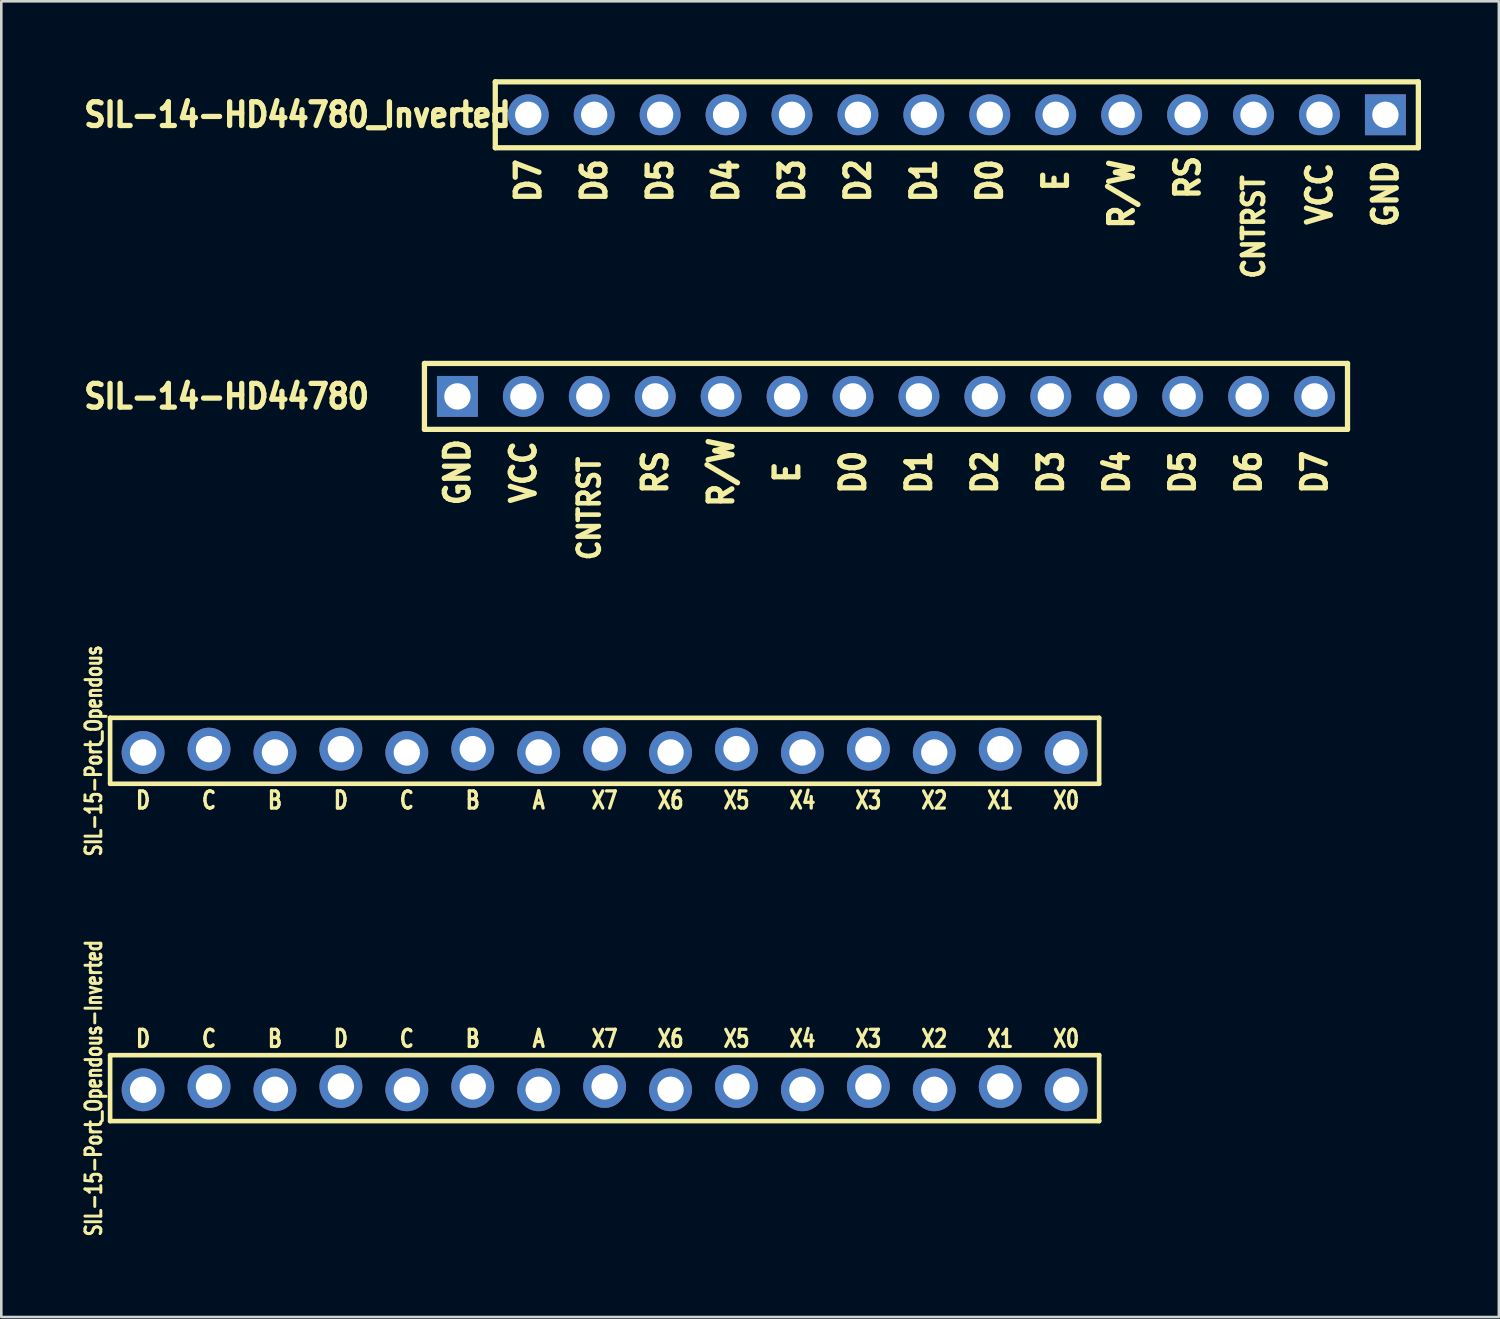
<source format=kicad_pcb>
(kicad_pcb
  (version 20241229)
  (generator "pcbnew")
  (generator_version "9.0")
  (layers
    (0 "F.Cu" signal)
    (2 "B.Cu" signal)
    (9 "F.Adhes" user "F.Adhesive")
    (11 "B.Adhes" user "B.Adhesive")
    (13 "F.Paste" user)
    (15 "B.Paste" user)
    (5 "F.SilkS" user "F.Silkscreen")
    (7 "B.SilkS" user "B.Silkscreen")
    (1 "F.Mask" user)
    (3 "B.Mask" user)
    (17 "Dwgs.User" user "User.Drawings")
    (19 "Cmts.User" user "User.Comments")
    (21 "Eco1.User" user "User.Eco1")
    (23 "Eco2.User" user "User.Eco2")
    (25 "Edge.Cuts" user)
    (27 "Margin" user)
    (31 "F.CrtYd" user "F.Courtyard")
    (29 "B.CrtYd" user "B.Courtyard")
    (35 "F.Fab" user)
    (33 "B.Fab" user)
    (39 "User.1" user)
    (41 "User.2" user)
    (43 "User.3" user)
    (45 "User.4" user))
  (footprint "SIL-15-Port_Opendous-Inverted"
    (layer "F.Cu")
    (at 24.052 38.868)
    (property "Reference" "SIL-15-Port_Opendous-Inverted" (at -23.495 0 90) (layer "F.SilkS") (effects (font (size 0.61 0.457) (thickness 0.178))))
    (attr through_hole)
    (fp_line (start -22.86 -1.27) (end -22.86 1.27) (stroke (width 0.178) (type solid)) (layer "F.SilkS"))
    (fp_line (start -22.86 1.27) (end 15.24 1.27) (stroke (width 0.178) (type solid)) (layer "F.SilkS"))
    (fp_line (start 15.24 -1.27) (end -22.86 -1.27) (stroke (width 0.178) (type solid)) (layer "F.SilkS"))
    (fp_line (start 15.24 1.27) (end 15.24 -1.27) (stroke (width 0.178) (type solid)) (layer "F.SilkS"))
    (fp_text user "X0" (at 13.97 -1.905 0) (layer "F.SilkS") (effects (font (size 0.66 0.508) (thickness 0.178))))
    (fp_text user "D" (at -21.59 -1.905 0) (layer "F.SilkS") (effects (font (size 0.66 0.508) (thickness 0.178))))
    (fp_text user "A" (at -6.35 -1.905 0) (layer "F.SilkS") (effects (font (size 0.66 0.508) (thickness 0.178))))
    (fp_text user "C" (at -19.05 -1.905 0) (layer "F.SilkS") (effects (font (size 0.66 0.508) (thickness 0.178))))
    (fp_text user "X4" (at 3.81 -1.905 0) (layer "F.SilkS") (effects (font (size 0.66 0.508) (thickness 0.178))))
    (fp_text user "X2" (at 8.89 -1.905 0) (layer "F.SilkS") (effects (font (size 0.66 0.508) (thickness 0.178))))
    (fp_text user "C" (at -11.43 -1.905 0) (layer "F.SilkS") (effects (font (size 0.66 0.508) (thickness 0.178))))
    (fp_text user "X5" (at 1.27 -1.905 0) (layer "F.SilkS") (effects (font (size 0.66 0.508) (thickness 0.178))))
    (fp_text user "D" (at -13.97 -1.905 0) (layer "F.SilkS") (effects (font (size 0.66 0.508) (thickness 0.178))))
    (fp_text user "X3" (at 6.35 -1.905 0) (layer "F.SilkS") (effects (font (size 0.66 0.508) (thickness 0.178))))
    (fp_text user "X6" (at -1.27 -1.905 0) (layer "F.SilkS") (effects (font (size 0.66 0.508) (thickness 0.178))))
    (fp_text user "X1" (at 11.43 -1.905 0) (layer "F.SilkS") (effects (font (size 0.66 0.508) (thickness 0.178))))
    (fp_text user "X7" (at -3.81 -1.905 0) (layer "F.SilkS") (effects (font (size 0.66 0.508) (thickness 0.178))))
    (fp_text user "B" (at -16.51 -1.905 0) (layer "F.SilkS") (effects (font (size 0.66 0.508) (thickness 0.178))))
    (fp_text user "B" (at -8.89 -1.905 0) (layer "F.SilkS") (effects (font (size 0.66 0.508) (thickness 0.178))))
    (pad "1" thru_hole circle (at 13.97 0.064) (size 1.651 1.651) (drill 1.016) (layers "*.Cu" "*.Mask"))
    (pad "2" thru_hole circle (at 11.43 -0.064) (size 1.651 1.651) (drill 1.016) (layers "*.Cu" "*.Mask"))
    (pad "3" thru_hole circle (at 8.89 0.064) (size 1.651 1.651) (drill 1.016) (layers "*.Cu" "*.Mask"))
    (pad "4" thru_hole circle (at 6.35 -0.064) (size 1.651 1.651) (drill 1.016) (layers "*.Cu" "*.Mask"))
    (pad "5" thru_hole circle (at 3.81 0.064) (size 1.651 1.651) (drill 1.016) (layers "*.Cu" "*.Mask"))
    (pad "6" thru_hole circle (at 1.27 -0.064) (size 1.651 1.651) (drill 1.016) (layers "*.Cu" "*.Mask"))
    (pad "7" thru_hole circle (at -1.27 0.064) (size 1.651 1.651) (drill 1.016) (layers "*.Cu" "*.Mask"))
    (pad "8" thru_hole circle (at -3.81 -0.064) (size 1.651 1.651) (drill 1.016) (layers "*.Cu" "*.Mask"))
    (pad "9" thru_hole circle (at -6.35 0.064) (size 1.651 1.651) (drill 1.016) (layers "*.Cu" "*.Mask"))
    (pad "10" thru_hole circle (at -8.89 -0.064) (size 1.651 1.651) (drill 1.016) (layers "*.Cu" "*.Mask"))
    (pad "11" thru_hole circle (at -11.43 0.064) (size 1.651 1.651) (drill 1.016) (layers "*.Cu" "*.Mask"))
    (pad "12" thru_hole circle (at -13.97 -0.064) (size 1.651 1.651) (drill 1.016) (layers "*.Cu" "*.Mask"))
    (pad "13" thru_hole circle (at -16.51 0.064) (size 1.651 1.651) (drill 1.016) (layers "*.Cu" "*.Mask"))
    (pad "14" thru_hole circle (at -19.05 -0.064) (size 1.651 1.651) (drill 1.016) (layers "*.Cu" "*.Mask"))
    (pad "15" thru_hole circle (at -21.59 0.064) (size 1.651 1.651) (drill 1.016) (layers "*.Cu" "*.Mask")))
  (footprint "SIL-15-Port_Opendous"
    (layer "F.Cu")
    (at 24.052 25.874)
    (property "Reference" "SIL-15-Port_Opendous" (at -23.495 0 90) (layer "F.SilkS") (effects (font (size 0.61 0.457) (thickness 0.178))))
    (attr through_hole)
    (fp_line (start -22.86 -1.27) (end -22.86 1.27) (stroke (width 0.178) (type solid)) (layer "F.SilkS"))
    (fp_line (start -22.86 1.27) (end 15.24 1.27) (stroke (width 0.178) (type solid)) (layer "F.SilkS"))
    (fp_line (start 15.24 -1.27) (end -22.86 -1.27) (stroke (width 0.178) (type solid)) (layer "F.SilkS"))
    (fp_line (start 15.24 1.27) (end 15.24 -1.27) (stroke (width 0.178) (type solid)) (layer "F.SilkS"))
    (fp_text user "C" (at -19.05 1.905 0) (layer "F.SilkS") (effects (font (size 0.66 0.508) (thickness 0.178))))
    (fp_text user "C" (at -11.43 1.905 0) (layer "F.SilkS") (effects (font (size 0.66 0.508) (thickness 0.178))))
    (fp_text user "X0" (at 13.97 1.905 0) (layer "F.SilkS") (effects (font (size 0.66 0.508) (thickness 0.178))))
    (fp_text user "B" (at -16.51 1.905 0) (layer "F.SilkS") (effects (font (size 0.66 0.508) (thickness 0.178))))
    (fp_text user "X6" (at -1.27 1.905 0) (layer "F.SilkS") (effects (font (size 0.66 0.508) (thickness 0.178))))
    (fp_text user "X4" (at 3.81 1.905 0) (layer "F.SilkS") (effects (font (size 0.66 0.508) (thickness 0.178))))
    (fp_text user "X3" (at 6.35 1.905 0) (layer "F.SilkS") (effects (font (size 0.66 0.508) (thickness 0.178))))
    (fp_text user "X7" (at -3.81 1.905 0) (layer "F.SilkS") (effects (font (size 0.66 0.508) (thickness 0.178))))
    (fp_text user "D" (at -13.97 1.905 0) (layer "F.SilkS") (effects (font (size 0.66 0.508) (thickness 0.178))))
    (fp_text user "X2" (at 8.89 1.905 0) (layer "F.SilkS") (effects (font (size 0.66 0.508) (thickness 0.178))))
    (fp_text user "X5" (at 1.27 1.905 0) (layer "F.SilkS") (effects (font (size 0.66 0.508) (thickness 0.178))))
    (fp_text user "X1" (at 11.43 1.905 0) (layer "F.SilkS") (effects (font (size 0.66 0.508) (thickness 0.178))))
    (fp_text user "A" (at -6.35 1.905 0) (layer "F.SilkS") (effects (font (size 0.66 0.508) (thickness 0.178))))
    (fp_text user "D" (at -21.59 1.905 0) (layer "F.SilkS") (effects (font (size 0.66 0.508) (thickness 0.178))))
    (fp_text user "B" (at -8.89 1.905 0) (layer "F.SilkS") (effects (font (size 0.66 0.508) (thickness 0.178))))
    (pad "1" thru_hole circle (at 13.97 0.064) (size 1.651 1.651) (drill 1.016) (layers "*.Cu" "*.Mask"))
    (pad "2" thru_hole circle (at 11.43 -0.064) (size 1.651 1.651) (drill 1.016) (layers "*.Cu" "*.Mask"))
    (pad "3" thru_hole circle (at 8.89 0.064) (size 1.651 1.651) (drill 1.016) (layers "*.Cu" "*.Mask"))
    (pad "4" thru_hole circle (at 6.35 -0.064) (size 1.651 1.651) (drill 1.016) (layers "*.Cu" "*.Mask"))
    (pad "5" thru_hole circle (at 3.81 0.064) (size 1.651 1.651) (drill 1.016) (layers "*.Cu" "*.Mask"))
    (pad "6" thru_hole circle (at 1.27 -0.064) (size 1.651 1.651) (drill 1.016) (layers "*.Cu" "*.Mask"))
    (pad "7" thru_hole circle (at -1.27 0.064) (size 1.651 1.651) (drill 1.016) (layers "*.Cu" "*.Mask"))
    (pad "8" thru_hole circle (at -3.81 -0.064) (size 1.651 1.651) (drill 1.016) (layers "*.Cu" "*.Mask"))
    (pad "9" thru_hole circle (at -6.35 0.064) (size 1.651 1.651) (drill 1.016) (layers "*.Cu" "*.Mask"))
    (pad "10" thru_hole circle (at -8.89 -0.064) (size 1.651 1.651) (drill 1.016) (layers "*.Cu" "*.Mask"))
    (pad "11" thru_hole circle (at -11.43 0.064) (size 1.651 1.651) (drill 1.016) (layers "*.Cu" "*.Mask"))
    (pad "12" thru_hole circle (at -13.97 -0.064) (size 1.651 1.651) (drill 1.016) (layers "*.Cu" "*.Mask"))
    (pad "13" thru_hole circle (at -16.51 0.064) (size 1.651 1.651) (drill 1.016) (layers "*.Cu" "*.Mask"))
    (pad "14" thru_hole circle (at -19.05 -0.064) (size 1.651 1.651) (drill 1.016) (layers "*.Cu" "*.Mask"))
    (pad "15" thru_hole circle (at -21.59 0.064) (size 1.651 1.651) (drill 1.016) (layers "*.Cu" "*.Mask")))
  (footprint "SIL-14-HD44780"
    (layer "F.Cu")
    (at 31.081 12.221)
    (property "Reference" "SIL-14-HD44780" (at -25.4 0 0) (layer "F.SilkS") (effects (font (size 0.914 0.813) (thickness 0.203))))
    (attr through_hole)
    (fp_line (start -17.78 -1.27) (end -17.78 1.27) (stroke (width 0.203) (type solid)) (layer "F.SilkS"))
    (fp_line (start -17.78 1.27) (end 17.78 1.27) (stroke (width 0.203) (type solid)) (layer "F.SilkS"))
    (fp_line (start 17.78 -1.27) (end -17.78 -1.27) (stroke (width 0.203) (type solid)) (layer "F.SilkS"))
    (fp_line (start 17.78 1.27) (end 17.78 -1.27) (stroke (width 0.203) (type solid)) (layer "F.SilkS"))
    (fp_text user "RS" (at -8.89 2.921 90) (layer "F.SilkS") (effects (font (size 0.914 0.813) (thickness 0.203))))
    (fp_text user "D3" (at 6.35 2.921 90) (layer "F.SilkS") (effects (font (size 0.914 0.813) (thickness 0.203))))
    (fp_text user "D7" (at 16.51 2.921 90) (layer "F.SilkS") (effects (font (size 0.914 0.813) (thickness 0.203))))
    (fp_text user "E" (at -3.81 2.921 90) (layer "F.SilkS") (effects (font (size 0.914 0.813) (thickness 0.203))))
    (fp_text user "D0" (at -1.27 2.921 90) (layer "F.SilkS") (effects (font (size 0.914 0.813) (thickness 0.203))))
    (fp_text user "D1" (at 1.27 2.921 90) (layer "F.SilkS") (effects (font (size 0.914 0.813) (thickness 0.203))))
    (fp_text user "D6" (at 13.97 2.921 90) (layer "F.SilkS") (effects (font (size 0.914 0.813) (thickness 0.203))))
    (fp_text user "D4" (at 8.89 2.921 90) (layer "F.SilkS") (effects (font (size 0.914 0.813) (thickness 0.203))))
    (fp_text user "R/W" (at -6.35 2.921 90) (layer "F.SilkS") (effects (font (size 0.914 0.813) (thickness 0.203))))
    (fp_text user "CNTRST" (at -11.43 4.318 90) (layer "F.SilkS") (effects (font (size 0.813 0.711) (thickness 0.178))))
    (fp_text user "D5" (at 11.43 2.921 90) (layer "F.SilkS") (effects (font (size 0.914 0.813) (thickness 0.203))))
    (fp_text user "GND" (at -16.51 2.921 90) (layer "F.SilkS") (effects (font (size 0.914 0.813) (thickness 0.203))))
    (fp_text user "VCC" (at -13.97 2.921 90) (layer "F.SilkS") (effects (font (size 0.914 0.813) (thickness 0.203))))
    (fp_text user "D2" (at 3.81 2.921 90) (layer "F.SilkS") (effects (font (size 0.914 0.813) (thickness 0.203))))
    (pad "1" thru_hole rect (at -16.51 0) (size 1.575 1.575) (drill 1.016) (layers "*.Cu" "*.Mask"))
    (pad "2" thru_hole circle (at -13.97 0) (size 1.575 1.575) (drill 1.016) (layers "*.Cu" "*.Mask"))
    (pad "3" thru_hole circle (at -11.43 0) (size 1.575 1.575) (drill 1.016) (layers "*.Cu" "*.Mask"))
    (pad "4" thru_hole circle (at -8.89 0) (size 1.575 1.575) (drill 1.016) (layers "*.Cu" "*.Mask"))
    (pad "5" thru_hole circle (at -6.35 0) (size 1.575 1.575) (drill 1.016) (layers "*.Cu" "*.Mask"))
    (pad "6" thru_hole circle (at -3.81 0) (size 1.575 1.575) (drill 1.016) (layers "*.Cu" "*.Mask"))
    (pad "7" thru_hole circle (at -1.27 0) (size 1.575 1.575) (drill 1.016) (layers "*.Cu" "*.Mask"))
    (pad "8" thru_hole circle (at 1.27 0) (size 1.575 1.575) (drill 1.016) (layers "*.Cu" "*.Mask"))
    (pad "9" thru_hole circle (at 3.81 0) (size 1.575 1.575) (drill 1.016) (layers "*.Cu" "*.Mask"))
    (pad "10" thru_hole circle (at 6.35 0) (size 1.575 1.575) (drill 1.016) (layers "*.Cu" "*.Mask"))
    (pad "11" thru_hole circle (at 8.89 0) (size 1.575 1.575) (drill 1.016) (layers "*.Cu" "*.Mask"))
    (pad "12" thru_hole circle (at 11.43 0) (size 1.575 1.575) (drill 1.016) (layers "*.Cu" "*.Mask"))
    (pad "13" thru_hole circle (at 13.97 0) (size 1.575 1.575) (drill 1.016) (layers "*.Cu" "*.Mask"))
    (pad "14" thru_hole circle (at 16.51 0) (size 1.575 1.575) (drill 1.016) (layers "*.Cu" "*.Mask")))
  (footprint "SIL-14-HD44780_Inverted"
    (layer "F.Cu")
    (at 33.81 1.372)
    (property "Reference" "SIL-14-HD44780_Inverted" (at -25.4 0 0) (layer "F.SilkS") (effects (font (size 0.914 0.813) (thickness 0.203))))
    (attr through_hole)
    (fp_line (start -17.78 -1.27) (end -17.78 1.27) (stroke (width 0.203) (type solid)) (layer "F.SilkS"))
    (fp_line (start -17.78 1.27) (end 17.78 1.27) (stroke (width 0.203) (type solid)) (layer "F.SilkS"))
    (fp_line (start 17.78 -1.27) (end -17.78 -1.27) (stroke (width 0.203) (type solid)) (layer "F.SilkS"))
    (fp_line (start 17.78 1.27) (end 17.78 -1.27) (stroke (width 0.203) (type solid)) (layer "F.SilkS"))
    (fp_text user "VCC" (at 13.97 3.048 90) (layer "F.SilkS") (effects (font (size 0.914 0.813) (thickness 0.203))))
    (fp_text user "D7" (at -16.51 2.54 90) (layer "F.SilkS") (effects (font (size 0.914 0.813) (thickness 0.203))))
    (fp_text user "D6" (at -13.97 2.54 90) (layer "F.SilkS") (effects (font (size 0.914 0.813) (thickness 0.203))))
    (fp_text user "D5" (at -11.43 2.54 90) (layer "F.SilkS") (effects (font (size 0.914 0.813) (thickness 0.203))))
    (fp_text user "E" (at 3.81 2.54 90) (layer "F.SilkS") (effects (font (size 0.914 0.813) (thickness 0.203))))
    (fp_text user "D3" (at -6.35 2.54 90) (layer "F.SilkS") (effects (font (size 0.914 0.813) (thickness 0.203))))
    (fp_text user "CNTRST" (at 11.43 4.318 90) (layer "F.SilkS") (effects (font (size 0.813 0.711) (thickness 0.178))))
    (fp_text user "RS" (at 8.89 2.413 90) (layer "F.SilkS") (effects (font (size 0.914 0.813) (thickness 0.203))))
    (fp_text user "D0" (at 1.27 2.54 90) (layer "F.SilkS") (effects (font (size 0.914 0.813) (thickness 0.203))))
    (fp_text user "D4" (at -8.89 2.54 90) (layer "F.SilkS") (effects (font (size 0.914 0.813) (thickness 0.203))))
    (fp_text user "D1" (at -1.27 2.54 90) (layer "F.SilkS") (effects (font (size 0.914 0.813) (thickness 0.203))))
    (fp_text user "D2" (at -3.81 2.54 90) (layer "F.SilkS") (effects (font (size 0.914 0.813) (thickness 0.203))))
    (fp_text user "R/W" (at 6.35 3.048 90) (layer "F.SilkS") (effects (font (size 0.914 0.813) (thickness 0.203))))
    (fp_text user "GND" (at 16.51 3.048 90) (layer "F.SilkS") (effects (font (size 0.914 0.813) (thickness 0.203))))
    (pad "1" thru_hole rect (at 16.51 0) (size 1.575 1.575) (drill 1.016) (layers "*.Cu" "*.Mask"))
    (pad "2" thru_hole circle (at 13.97 0) (size 1.575 1.575) (drill 1.016) (layers "*.Cu" "*.Mask"))
    (pad "3" thru_hole circle (at 11.43 0) (size 1.575 1.575) (drill 1.016) (layers "*.Cu" "*.Mask"))
    (pad "4" thru_hole circle (at 8.89 0) (size 1.575 1.575) (drill 1.016) (layers "*.Cu" "*.Mask"))
    (pad "5" thru_hole circle (at 6.35 0) (size 1.575 1.575) (drill 1.016) (layers "*.Cu" "*.Mask"))
    (pad "6" thru_hole circle (at 3.81 0) (size 1.575 1.575) (drill 1.016) (layers "*.Cu" "*.Mask"))
    (pad "7" thru_hole circle (at 1.27 0) (size 1.575 1.575) (drill 1.016) (layers "*.Cu" "*.Mask"))
    (pad "8" thru_hole circle (at -1.27 0) (size 1.575 1.575) (drill 1.016) (layers "*.Cu" "*.Mask"))
    (pad "9" thru_hole circle (at -3.81 0) (size 1.575 1.575) (drill 1.016) (layers "*.Cu" "*.Mask"))
    (pad "10" thru_hole circle (at -6.35 0) (size 1.575 1.575) (drill 1.016) (layers "*.Cu" "*.Mask"))
    (pad "11" thru_hole circle (at -8.89 0) (size 1.575 1.575) (drill 1.016) (layers "*.Cu" "*.Mask"))
    (pad "12" thru_hole circle (at -11.43 0) (size 1.575 1.575) (drill 1.016) (layers "*.Cu" "*.Mask"))
    (pad "13" thru_hole circle (at -13.97 0) (size 1.575 1.575) (drill 1.016) (layers "*.Cu" "*.Mask"))
    (pad "14" thru_hole circle (at -16.51 0) (size 1.575 1.575) (drill 1.016) (layers "*.Cu" "*.Mask")))
  (gr_rect
    (start -3 -3)
    (end 54.691 47.687)
    (stroke (width 0.1) (type default))
    (fill no)
    (layer "Edge.Cuts")))
</source>
